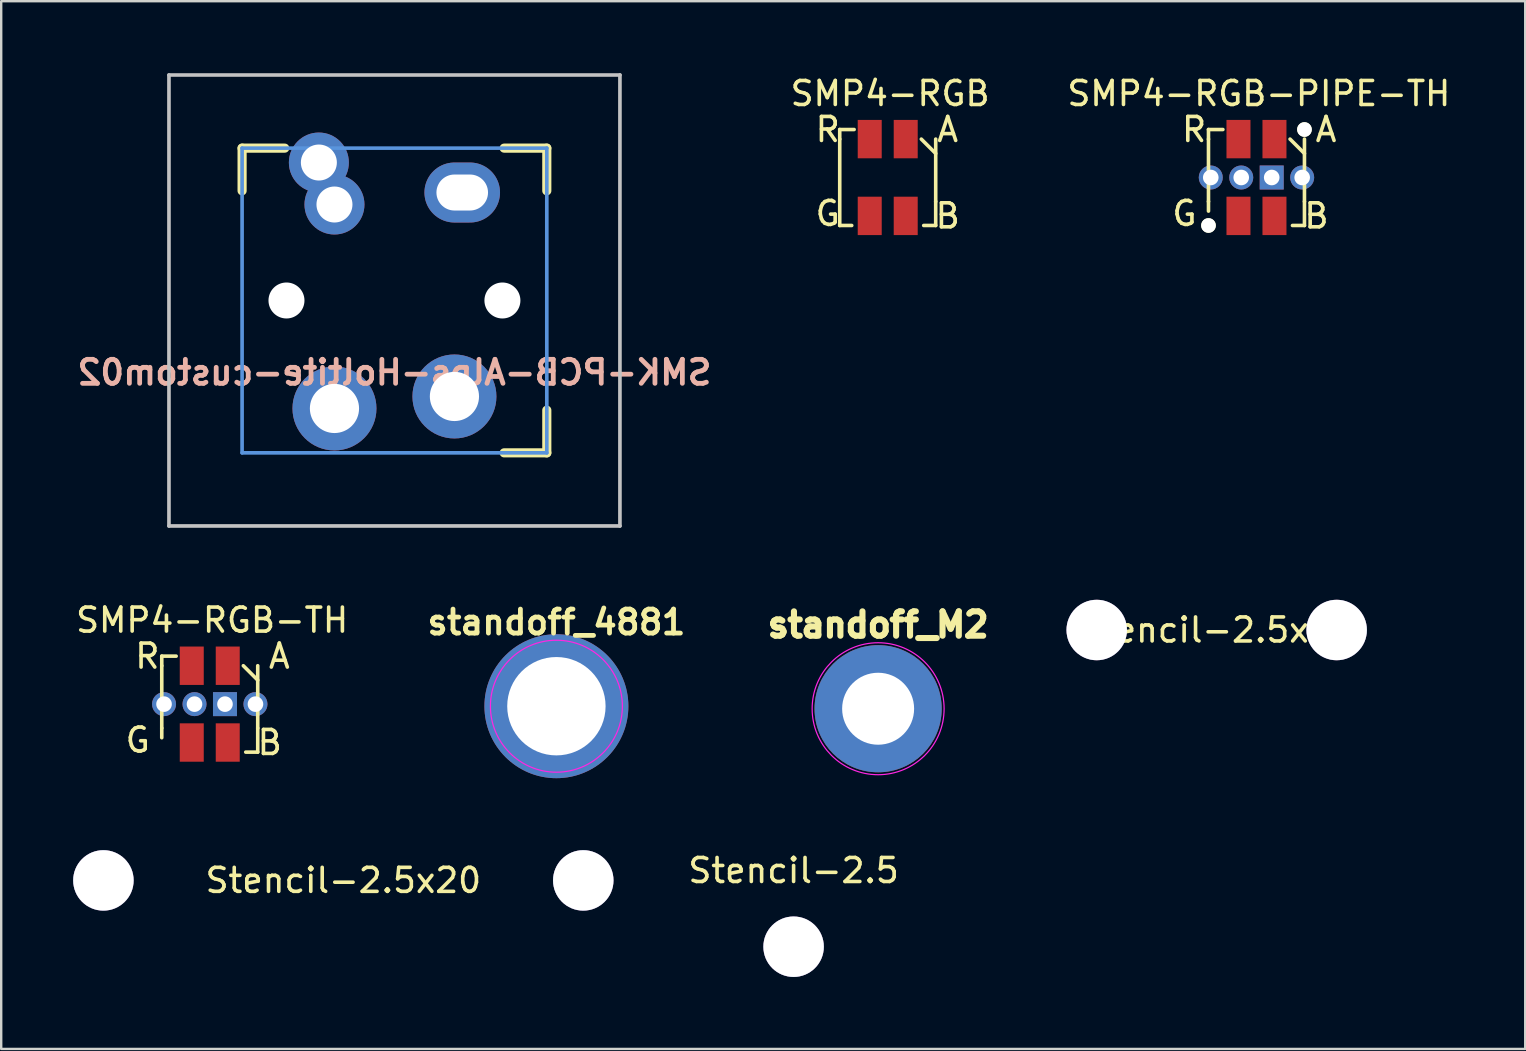
<source format=kicad_pcb>
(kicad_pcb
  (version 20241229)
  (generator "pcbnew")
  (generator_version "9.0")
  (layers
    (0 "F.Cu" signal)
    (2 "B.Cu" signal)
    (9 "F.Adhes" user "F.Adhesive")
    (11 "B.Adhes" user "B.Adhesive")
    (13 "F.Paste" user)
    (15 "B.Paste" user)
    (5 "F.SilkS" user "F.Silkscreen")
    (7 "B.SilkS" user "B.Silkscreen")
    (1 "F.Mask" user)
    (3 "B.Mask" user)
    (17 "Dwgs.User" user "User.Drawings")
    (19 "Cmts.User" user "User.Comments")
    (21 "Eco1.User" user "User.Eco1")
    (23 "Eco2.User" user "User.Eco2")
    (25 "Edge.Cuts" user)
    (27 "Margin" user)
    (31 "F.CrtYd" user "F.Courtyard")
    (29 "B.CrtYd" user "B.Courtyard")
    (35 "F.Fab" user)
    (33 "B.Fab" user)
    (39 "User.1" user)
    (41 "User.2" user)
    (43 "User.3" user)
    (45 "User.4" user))
  (footprint "standoff_M2"
    (layer "F.Cu")
    (at 33.549 26.489)
    (property "Reference" "standoff_M2" (at 0 -3.5 0) (layer "F.SilkS") (effects (font (size 1.016 1.016) (thickness 0.254))))
    (attr through_hole)
    (fp_circle (center 0 0) (end 2.75 0) (stroke (width 0.05) (type solid)) (fill no) (layer "F.CrtYd"))
    (pad "" thru_hole circle (at 0 0) (size 5.3 5.3) (drill 3) (layers "*.Cu" "*.Mask")))
  (footprint "Stencil-2.5x20"
    (layer "F.Cu")
    (at 11.26 33.644)
    (property "Reference" "Stencil-2.5x20" (at 0 0 0) (layer "F.SilkS") (effects (font (size 1 1) (thickness 0.15))))
    (attr through_hole)
    (pad "" thru_hole circle (at -10 0) (size 2.52 2.52) (drill 2.52) (layers "*.Cu" "*.Paste" "*.Mask"))
    (pad "" thru_hole circle (at 10 0) (size 2.52 2.52) (drill 2.52) (layers "*.Cu" "*.Paste" "*.Mask")))
  (footprint "standoff_4881"
    (layer "F.Cu")
    (at 20.14 26.384)
    (property "Reference" "standoff_4881" (at 0 -3.5 0) (layer "F.SilkS") (effects (font (size 1 1) (thickness 0.2))))
    (attr through_hole)
    (fp_circle (center 0 0) (end 2.75 0) (stroke (width 0.05) (type solid)) (fill no) (layer "F.CrtYd"))
    (pad "1" thru_hole circle (at 0 0) (size 6 6) (drill 4.1) (layers "*.Cu" "*.Mask")))
  (footprint "SMK-PCB-Alps-Holtite-custom02"
    (layer "F.Cu")
    (at 13.39 9.474)
    (property "Reference" "SMK-PCB-Alps-Holtite-custom02" (at 0 3 0) (layer "B.SilkS") (effects (font (size 1 1) (thickness 0.2)) (justify mirror)))
    (attr through_hole)
    (fp_line (start -6.35 -6.35) (end -4.572 -6.35) (stroke (width 0.381) (type solid)) (layer "F.SilkS"))
    (fp_line (start -6.35 -4.572) (end -6.35 -6.35) (stroke (width 0.381) (type solid)) (layer "F.SilkS"))
    (fp_line (start 4.572 -6.35) (end 6.35 -6.35) (stroke (width 0.381) (type solid)) (layer "F.SilkS"))
    (fp_line (start 6.35 -6.35) (end 6.35 -4.572) (stroke (width 0.381) (type solid)) (layer "F.SilkS"))
    (fp_line (start 6.35 4.572) (end 6.35 6.35) (stroke (width 0.381) (type solid)) (layer "F.SilkS"))
    (fp_line (start 6.35 6.35) (end 4.572 6.35) (stroke (width 0.381) (type solid)) (layer "F.SilkS"))
    (fp_line (start -9.398 -9.398) (end 9.398 -9.398) (stroke (width 0.152) (type solid)) (layer "Dwgs.User"))
    (fp_line (start -9.398 9.398) (end -9.398 -9.398) (stroke (width 0.152) (type solid)) (layer "Dwgs.User"))
    (fp_line (start 9.398 -9.398) (end 9.398 9.398) (stroke (width 0.152) (type solid)) (layer "Dwgs.User"))
    (fp_line (start 9.398 9.398) (end -9.398 9.398) (stroke (width 0.152) (type solid)) (layer "Dwgs.User"))
    (fp_line (start -6.35 -6.35) (end 6.35 -6.35) (stroke (width 0.152) (type solid)) (layer "Cmts.User"))
    (fp_line (start -6.35 6.35) (end -6.35 -6.35) (stroke (width 0.152) (type solid)) (layer "Cmts.User"))
    (fp_line (start 6.35 -6.35) (end 6.35 6.35) (stroke (width 0.152) (type solid)) (layer "Cmts.User"))
    (fp_line (start 6.35 6.35) (end -6.35 6.35) (stroke (width 0.152) (type solid)) (layer "Cmts.User"))
    (fp_line (start -7.75 -6.4) (end -6.985 -6.4) (stroke (width 0.152) (type solid)) (layer "Eco2.User"))
    (fp_line (start -7.75 6.4) (end -7.75 -6.4) (stroke (width 0.152) (type solid)) (layer "Eco2.User"))
    (fp_line (start -7.75 6.4) (end -6.985 6.4) (stroke (width 0.152) (type solid)) (layer "Eco2.User"))
    (fp_line (start -6.985 -6.985) (end 6.985 -6.985) (stroke (width 0.152) (type solid)) (layer "Eco2.User"))
    (fp_line (start -6.985 -6.4) (end -6.985 -6.985) (stroke (width 0.152) (type solid)) (layer "Eco2.User"))
    (fp_line (start -6.985 6.4) (end -6.985 6.985) (stroke (width 0.152) (type solid)) (layer "Eco2.User"))
    (fp_line (start 6.985 -6.4) (end 6.985 -6.985) (stroke (width 0.152) (type solid)) (layer "Eco2.User"))
    (fp_line (start 6.985 6.4) (end 7.75 6.4) (stroke (width 0.152) (type solid)) (layer "Eco2.User"))
    (fp_line (start 6.985 6.985) (end -6.985 6.985) (stroke (width 0.152) (type solid)) (layer "Eco2.User"))
    (fp_line (start 6.985 6.985) (end 6.985 6.4) (stroke (width 0.152) (type solid)) (layer "Eco2.User"))
    (fp_line (start 7.75 -6.4) (end 6.985 -6.4) (stroke (width 0.152) (type solid)) (layer "Eco2.User"))
    (fp_line (start 7.75 6.4) (end 7.75 -6.4) (stroke (width 0.152) (type solid)) (layer "Eco2.User"))
    (pad "" np_thru_hole circle (at -4.5 0 330.95) (size 1.5 1.5) (drill 1.5) (layers "*.Cu" "*.Mask"))
    (pad "" np_thru_hole circle (at 4.5 0 330.95) (size 1.5 1.5) (drill 1.5) (layers "*.Cu" "*.Mask"))
    (pad "SW1" thru_hole circle (at -3.15 -5.75) (size 2.5 2.5) (drill 1.5) (layers "*.Cu" "*.Mask"))
    (pad "SW1" thru_hole circle (at -2.5 -4 330.95) (size 2.5 2.5) (drill 1.5) (layers "*.Cu" "*.Mask"))
    (pad "SW1" thru_hole circle (at -2.5 4.5 330.95) (size 3.5 3.5) (drill 2.05) (layers "*.Cu" "*.Mask"))
    (pad "SW2" thru_hole circle (at 2.5 4 330.95) (size 3.5 3.5) (drill 2.05) (layers "*.Cu" "*.Mask"))
    (pad "SW2" thru_hole oval (at 2.825 -4.5) (size 3.15 2.5) (drill oval 2.15 1.5) (layers "*.Cu" "*.Mask")))
  (footprint "SMP4-RGB-PIPE-TH"
    (layer "F.Cu")
    (at 49.318 4.348)
    (property "Reference" "SMP4-RGB-PIPE-TH" (at 0.1 -3.5 0) (layer "F.SilkS") (effects (font (size 1 1) (thickness 0.15))))
    (attr smd)
    (fp_line (start -2 -2) (end -2 -1.6) (stroke (width 0.15) (type solid)) (layer "F.SilkS"))
    (fp_line (start -2 -2) (end -1.4 -2) (stroke (width 0.15) (type solid)) (layer "F.SilkS"))
    (fp_line (start -2 -1.6) (end -2 1) (stroke (width 0.15) (type solid)) (layer "F.SilkS"))
    (fp_line (start -2 1) (end -2 1.4) (stroke (width 0.15) (type solid)) (layer "F.SilkS"))
    (fp_line (start 1.4 -1.6) (end 2 -1) (stroke (width 0.15) (type solid)) (layer "F.SilkS"))
    (fp_line (start 2 1) (end 2 -1.6) (stroke (width 0.15) (type solid)) (layer "F.SilkS"))
    (fp_line (start 2 1) (end 2 2) (stroke (width 0.15) (type solid)) (layer "F.SilkS"))
    (fp_line (start 2 2) (end 1.5 2) (stroke (width 0.15) (type solid)) (layer "F.SilkS"))
    (fp_text user "B" (at 2.5 1.6 0) (layer "F.SilkS") (effects (font (size 1 1) (thickness 0.15))))
    (fp_text user "R" (at -2.6 -2 0) (layer "F.SilkS") (effects (font (size 1 1) (thickness 0.15))))
    (fp_text user "G" (at -3 1.5 0) (layer "F.SilkS") (effects (font (size 1 1) (thickness 0.15))))
    (fp_text user "A" (at 2.9 -2 0) (layer "F.SilkS") (effects (font (size 1 1) (thickness 0.15))))
    (pad "" np_thru_hole circle (at -2 2 90) (size 0.61 0.61) (drill 0.61) (layers "*.Cu" "*.Mask" "F.SilkS"))
    (pad "" np_thru_hole circle (at 2 -2 90) (size 0.61 0.61) (drill 0.61) (layers "*.Cu" "*.Mask" "F.SilkS"))
    (pad "1" thru_hole rect (at 0.635 0) (size 1 1) (drill 0.65) (layers "*.Cu" "*.Mask"))
    (pad "1" smd rect (at 0.75 -1.6 90) (size 1.6 1) (layers "F.Cu" "F.Mask" "F.Paste"))
    (pad "2" smd rect (at -0.75 -1.6 90) (size 1.6 1) (layers "F.Cu" "F.Mask" "F.Paste"))
    (pad "2" thru_hole circle (at 1.905 0) (size 1 1) (drill 0.65) (layers "*.Cu" "*.Mask"))
    (pad "3" smd rect (at -0.75 1.6 90) (size 1.6 1) (layers "F.Cu" "F.Mask" "F.Paste"))
    (pad "3" thru_hole circle (at -0.635 0) (size 1 1) (drill 0.65) (layers "*.Cu" "*.Mask"))
    (pad "4" thru_hole circle (at -1.905 0) (size 1 1) (drill 0.65) (layers "*.Cu" "*.Mask"))
    (pad "4" smd rect (at 0.75 1.6 90) (size 1.6 1) (layers "F.Cu" "F.Mask" "F.Paste")))
  (footprint "Stencil-2.5x10"
    (layer "F.Cu")
    (at 47.66 23.208)
    (property "Reference" "Stencil-2.5x10" (at 0 0 0) (layer "F.SilkS") (effects (font (size 1 1) (thickness 0.15))))
    (attr through_hole)
    (pad "" thru_hole circle (at -5 0) (size 2.52 2.52) (drill 2.52) (layers "*.Cu" "*.Paste" "*.Mask"))
    (pad "" thru_hole circle (at 5 0) (size 2.52 2.52) (drill 2.52) (layers "*.Cu" "*.Paste" "*.Mask")))
  (footprint "SMP4-RGB-TH"
    (layer "F.Cu")
    (at 5.692 26.297)
    (property "Reference" "SMP4-RGB-TH" (at 0.1 -3.5 0) (layer "F.SilkS") (effects (font (size 1 1) (thickness 0.15))))
    (attr smd)
    (fp_line (start -2 -2) (end -2 -1.6) (stroke (width 0.15) (type solid)) (layer "F.SilkS"))
    (fp_line (start -2 -2) (end -1.4 -2) (stroke (width 0.15) (type solid)) (layer "F.SilkS"))
    (fp_line (start -2 -1.6) (end -2 1) (stroke (width 0.15) (type solid)) (layer "F.SilkS"))
    (fp_line (start -2 1) (end -2 1.4) (stroke (width 0.15) (type solid)) (layer "F.SilkS"))
    (fp_line (start 1.4 -1.6) (end 2 -1) (stroke (width 0.15) (type solid)) (layer "F.SilkS"))
    (fp_line (start 2 1) (end 2 -1.6) (stroke (width 0.15) (type solid)) (layer "F.SilkS"))
    (fp_line (start 2 1) (end 2 2) (stroke (width 0.15) (type solid)) (layer "F.SilkS"))
    (fp_line (start 2 2) (end 1.5 2) (stroke (width 0.15) (type solid)) (layer "F.SilkS"))
    (fp_text user "G" (at -3 1.5 0) (layer "F.SilkS") (effects (font (size 1 1) (thickness 0.15))))
    (fp_text user "A" (at 2.9 -2 0) (layer "F.SilkS") (effects (font (size 1 1) (thickness 0.15))))
    (fp_text user "R" (at -2.6 -2 0) (layer "F.SilkS") (effects (font (size 1 1) (thickness 0.15))))
    (fp_text user "B" (at 2.5 1.6 0) (layer "F.SilkS") (effects (font (size 1 1) (thickness 0.15))))
    (pad "1" thru_hole rect (at 0.635 0) (size 1 1) (drill 0.65) (layers "*.Cu" "*.Mask"))
    (pad "1" smd rect (at 0.75 -1.6 90) (size 1.6 1) (layers "F.Cu" "F.Mask" "F.Paste"))
    (pad "2" smd rect (at -0.75 -1.6 90) (size 1.6 1) (layers "F.Cu" "F.Mask" "F.Paste"))
    (pad "2" thru_hole circle (at 1.905 0) (size 1 1) (drill 0.65) (layers "*.Cu" "*.Mask"))
    (pad "3" smd rect (at -0.75 1.6 90) (size 1.6 1) (layers "F.Cu" "F.Mask" "F.Paste"))
    (pad "3" thru_hole circle (at -0.635 0) (size 1 1) (drill 0.65) (layers "*.Cu" "*.Mask"))
    (pad "4" thru_hole circle (at -1.905 0) (size 1 1) (drill 0.65) (layers "*.Cu" "*.Mask"))
    (pad "4" smd rect (at 0.75 1.6 90) (size 1.6 1) (layers "F.Cu" "F.Mask" "F.Paste")))
  (footprint "Stencil-2.5"
    (layer "F.Cu")
    (at 30.026 36.408)
    (property "Reference" "Stencil-2.5" (at 0 -3.175 0) (layer "F.SilkS") (effects (font (size 1 1) (thickness 0.15))))
    (attr through_hole)
    (pad "" thru_hole circle (at 0 0) (size 2.52 2.52) (drill 2.52) (layers "*.Cu" "*.Paste" "*.Mask")))
  (footprint "SMP4-RGB"
    (layer "F.Cu")
    (at 33.949 4.348)
    (property "Reference" "SMP4-RGB" (at 0.1 -3.5 0) (layer "F.SilkS") (effects (font (size 1 1) (thickness 0.15))))
    (attr smd)
    (fp_line (start -2 -2) (end -2 -1.6) (stroke (width 0.15) (type solid)) (layer "F.SilkS"))
    (fp_line (start -2 -2) (end -1.4 -2) (stroke (width 0.15) (type solid)) (layer "F.SilkS"))
    (fp_line (start -2 -1.6) (end -2 2) (stroke (width 0.15) (type solid)) (layer "F.SilkS"))
    (fp_line (start -2 2) (end -1.5 2) (stroke (width 0.15) (type solid)) (layer "F.SilkS"))
    (fp_line (start 1.4 -1.6) (end 2 -1) (stroke (width 0.15) (type solid)) (layer "F.SilkS"))
    (fp_line (start 2 1) (end 2 -1.6) (stroke (width 0.15) (type solid)) (layer "F.SilkS"))
    (fp_line (start 2 1) (end 2 2) (stroke (width 0.15) (type solid)) (layer "F.SilkS"))
    (fp_line (start 2 2) (end 1.5 2) (stroke (width 0.15) (type solid)) (layer "F.SilkS"))
    (fp_text user "B" (at 2.5 1.6 0) (layer "F.SilkS") (effects (font (size 1 1) (thickness 0.15))))
    (fp_text user "R" (at -2.5 -2 0) (layer "F.SilkS") (effects (font (size 1 1) (thickness 0.15))))
    (fp_text user "A" (at 2.5 -2 0) (layer "F.SilkS") (effects (font (size 1 1) (thickness 0.15))))
    (fp_text user "G" (at -2.5 1.5 0) (layer "F.SilkS") (effects (font (size 1 1) (thickness 0.15))))
    (pad "1" smd rect (at 0.75 -1.6 90) (size 1.6 1) (layers "F.Cu" "F.Mask" "F.Paste"))
    (pad "2" smd rect (at -0.75 -1.6 90) (size 1.6 1) (layers "F.Cu" "F.Mask" "F.Paste"))
    (pad "3" smd rect (at -0.75 1.6 90) (size 1.6 1) (layers "F.Cu" "F.Mask" "F.Paste"))
    (pad "4" smd rect (at 0.75 1.6 90) (size 1.6 1) (layers "F.Cu" "F.Mask" "F.Paste")))
  (gr_rect
    (start -3 -3)
    (end 60.519 40.668)
    (stroke (width 0.1) (type default))
    (fill no)
    (layer "Edge.Cuts")))
</source>
